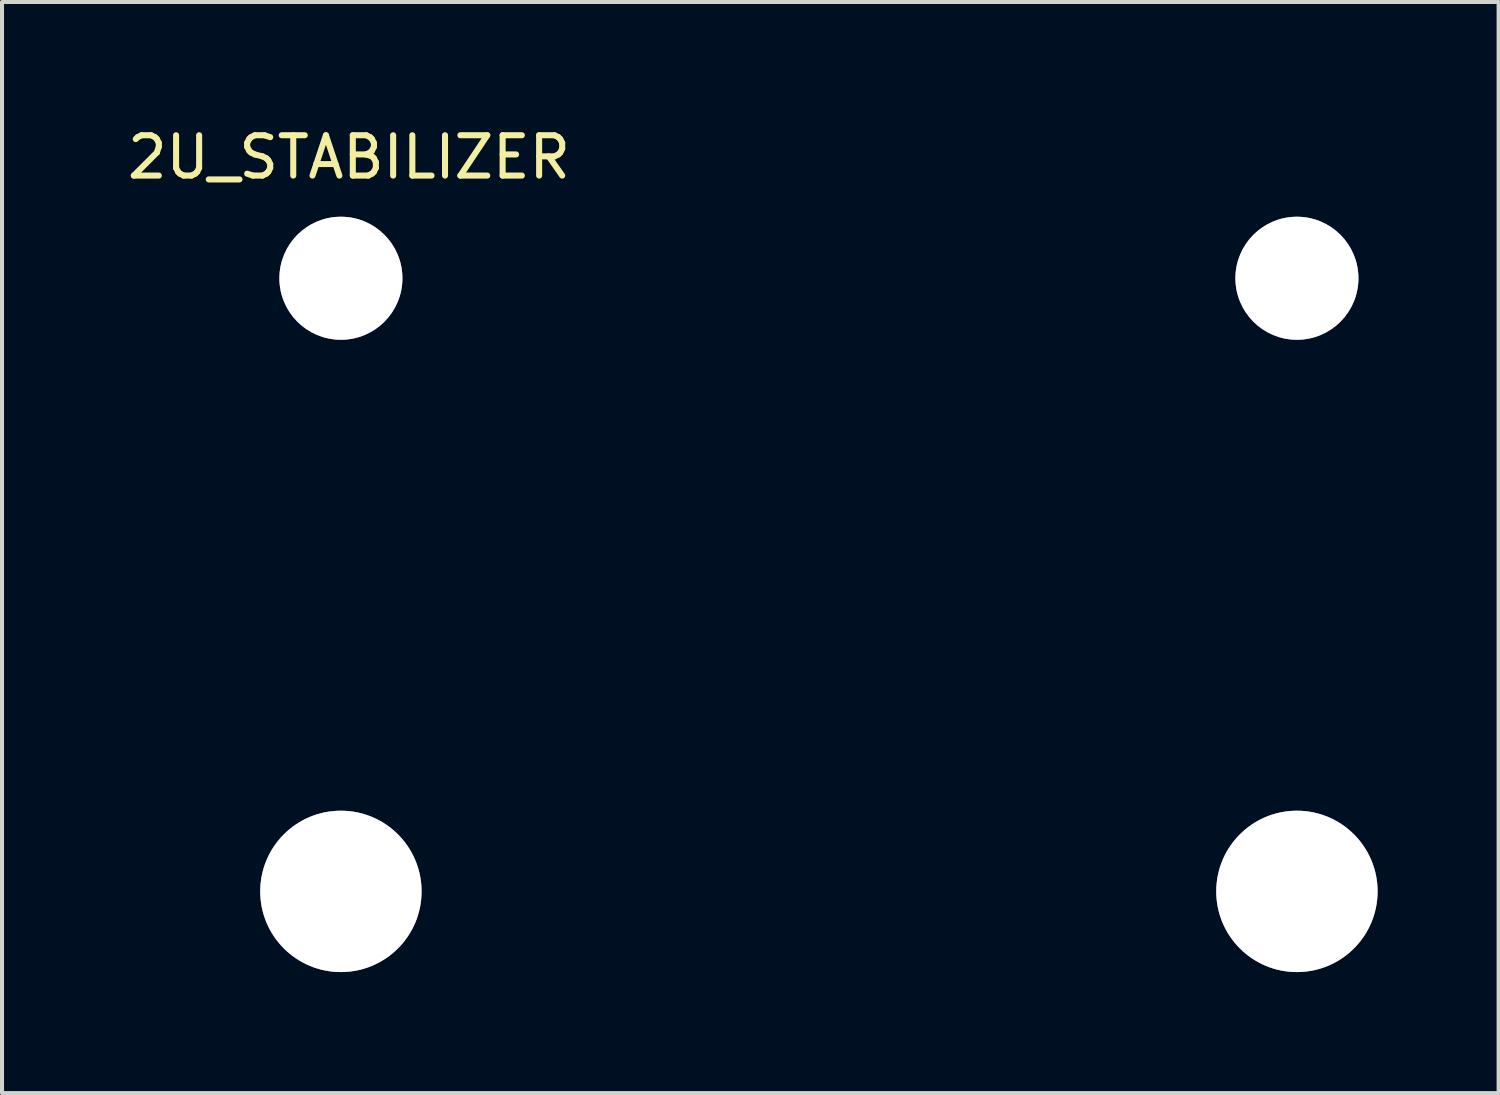
<source format=kicad_pcb>
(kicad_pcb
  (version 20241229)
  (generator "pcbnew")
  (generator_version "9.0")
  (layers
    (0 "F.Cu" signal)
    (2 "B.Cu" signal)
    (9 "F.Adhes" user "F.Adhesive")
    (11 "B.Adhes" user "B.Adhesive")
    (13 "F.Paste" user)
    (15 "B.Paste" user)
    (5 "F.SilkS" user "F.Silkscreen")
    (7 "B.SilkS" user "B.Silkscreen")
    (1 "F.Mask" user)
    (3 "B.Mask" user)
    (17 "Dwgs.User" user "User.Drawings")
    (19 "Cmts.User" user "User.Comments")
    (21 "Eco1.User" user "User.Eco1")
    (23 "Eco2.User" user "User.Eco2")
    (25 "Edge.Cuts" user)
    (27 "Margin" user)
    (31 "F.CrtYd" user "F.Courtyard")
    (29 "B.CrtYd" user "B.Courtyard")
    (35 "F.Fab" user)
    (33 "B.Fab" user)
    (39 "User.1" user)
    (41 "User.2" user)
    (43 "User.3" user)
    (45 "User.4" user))
  (footprint "2U_STABILIZER"
    (layer "F.Cu")
    (at 17.201 10.848)
    (property "Reference" "2U_STABILIZER" (at -11.6 -10 0) (layer "F.SilkS") (effects (font (size 1 1) (thickness 0.15))))
    (attr through_hole)
    (pad "1" thru_hole circle (at -11.8 -7) (size 3.05 3.05) (drill 3.05) (layers "*.Cu" "*.Mask"))
    (pad "2" thru_hole circle (at 11.9 -7) (size 3.05 3.05) (drill 3.05) (layers "*.Cu" "*.Mask"))
    (pad "3" thru_hole circle (at 11.9 8.2) (size 4 4) (drill 4) (layers "*.Cu" "*.Mask"))
    (pad "4" thru_hole circle (at -11.8 8.2) (size 4 4) (drill 4) (layers "*.Cu" "*.Mask")))
  (gr_rect
    (start -3 -3)
    (end 34.101 24.048)
    (stroke (width 0.1) (type default))
    (fill no)
    (layer "Edge.Cuts")))
</source>
